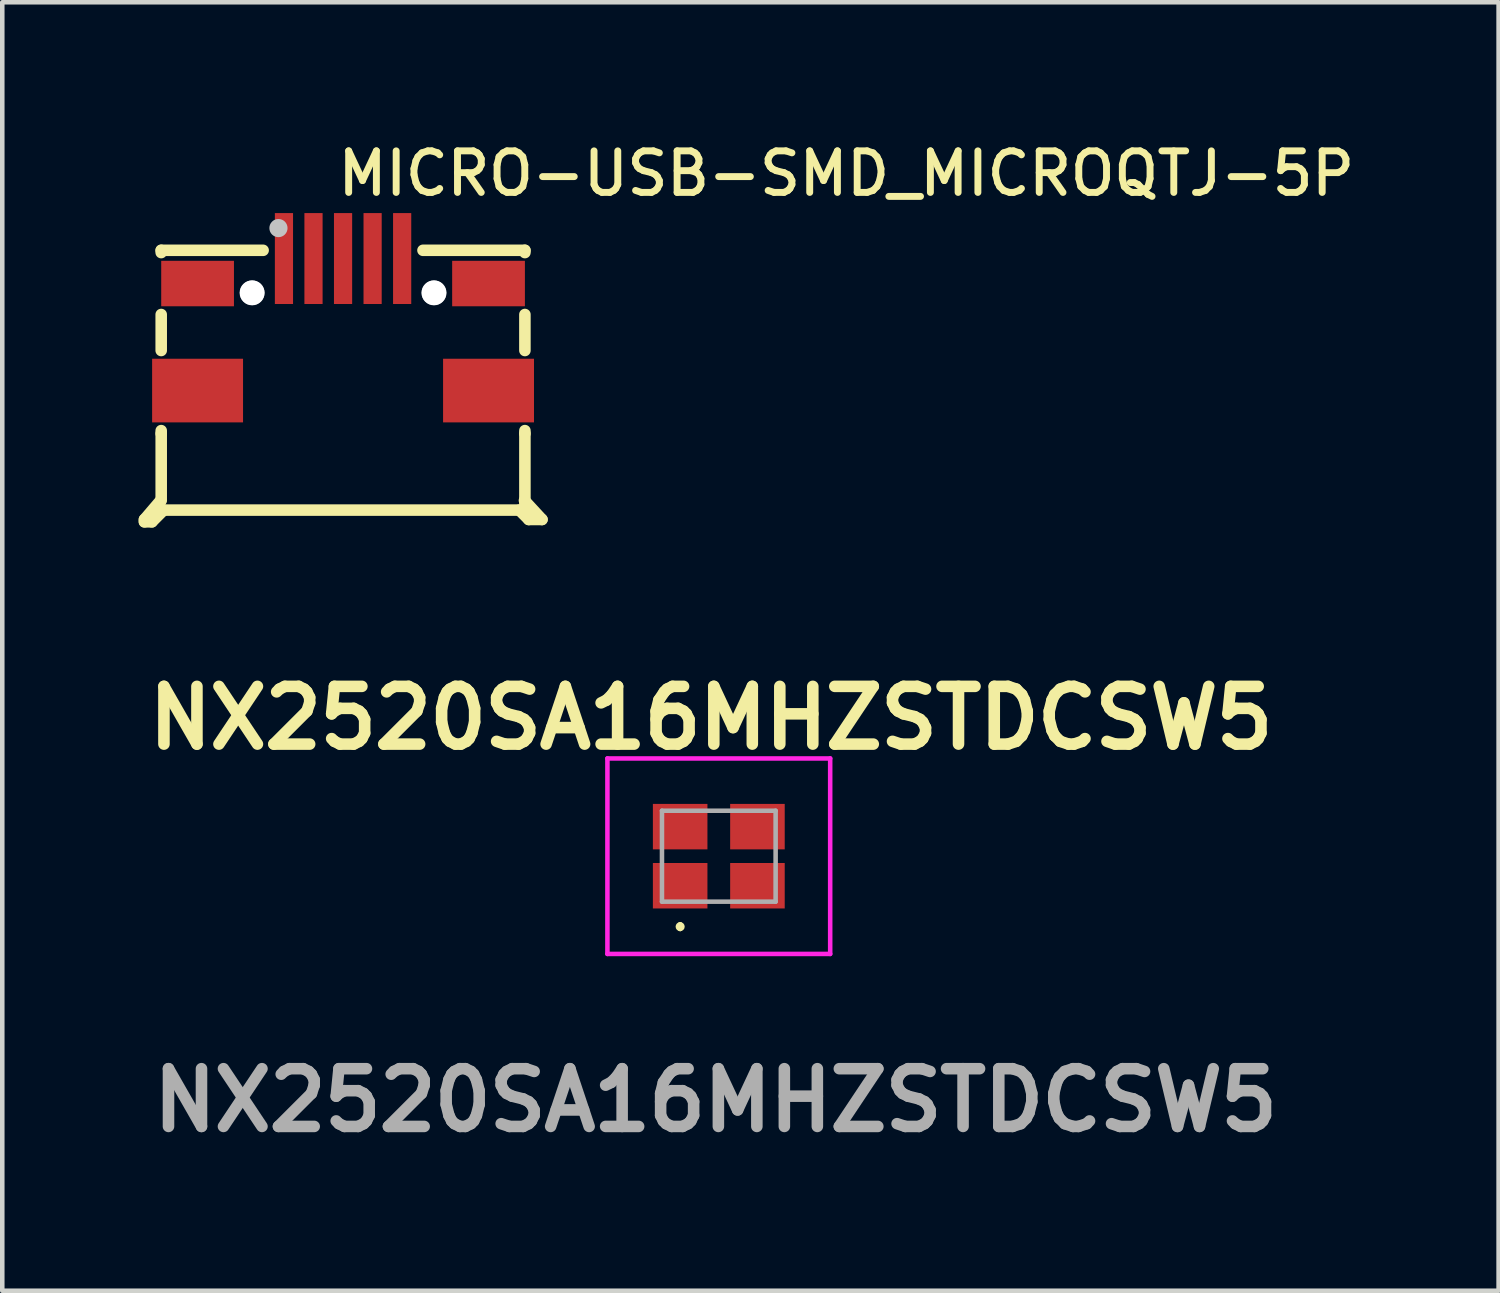
<source format=kicad_pcb>
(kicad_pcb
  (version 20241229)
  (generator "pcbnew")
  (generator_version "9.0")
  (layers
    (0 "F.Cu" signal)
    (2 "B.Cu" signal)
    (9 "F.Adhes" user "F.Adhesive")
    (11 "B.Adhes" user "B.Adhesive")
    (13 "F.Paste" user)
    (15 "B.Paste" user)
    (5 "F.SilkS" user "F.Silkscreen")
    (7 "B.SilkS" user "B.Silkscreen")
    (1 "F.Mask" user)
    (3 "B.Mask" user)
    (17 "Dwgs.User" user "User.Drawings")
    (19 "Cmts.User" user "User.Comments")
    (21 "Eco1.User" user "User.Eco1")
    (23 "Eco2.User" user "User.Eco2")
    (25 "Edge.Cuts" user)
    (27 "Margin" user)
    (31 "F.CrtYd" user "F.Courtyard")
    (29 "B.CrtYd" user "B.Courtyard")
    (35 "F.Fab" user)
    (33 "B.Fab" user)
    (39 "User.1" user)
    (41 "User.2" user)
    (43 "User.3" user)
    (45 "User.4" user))
  (footprint "NX2520SA16MHZSTDCSW5"
    (layer "F.Cu")
    (at 12.761 15.783)
    (property "Reference" "NX2520SA16MHZSTDCSW5" (at -0.17 -3.04 0) (layer "F.SilkS") (effects (font (size 1.27 1.27) (thickness 0.254))))
    (attr smd)
    (fp_line (start -0.85 1.5) (end -0.85 1.5) (stroke (width 0.1) (type solid)) (layer "F.SilkS"))
    (fp_line (start -0.85 1.6) (end -0.85 1.6) (stroke (width 0.1) (type solid)) (layer "F.SilkS"))
    (fp_arc (start -0.85 1.5) (mid -0.8 1.55) (end -0.85 1.6) (stroke (width 0.1) (type solid)) (layer "F.SilkS"))
    (fp_arc (start -0.85 1.6) (mid -0.9 1.55) (end -0.85 1.5) (stroke (width 0.1) (type solid)) (layer "F.SilkS"))
    (fp_line (start -2.45 -2.15) (end 2.45 -2.15) (stroke (width 0.1) (type solid)) (layer "F.CrtYd"))
    (fp_line (start -2.45 2.15) (end -2.45 -2.15) (stroke (width 0.1) (type solid)) (layer "F.CrtYd"))
    (fp_line (start 2.45 -2.15) (end 2.45 2.15) (stroke (width 0.1) (type solid)) (layer "F.CrtYd"))
    (fp_line (start 2.45 2.15) (end -2.45 2.15) (stroke (width 0.1) (type solid)) (layer "F.CrtYd"))
    (fp_line (start -1.25 -1) (end -1.25 1) (stroke (width 0.1) (type solid)) (layer "F.Fab"))
    (fp_line (start -1.25 1) (end 1.25 1) (stroke (width 0.1) (type solid)) (layer "F.Fab"))
    (fp_line (start 1.25 -1) (end -1.25 -1) (stroke (width 0.1) (type solid)) (layer "F.Fab"))
    (fp_line (start 1.25 1) (end 1.25 -1) (stroke (width 0.1) (type solid)) (layer "F.Fab"))
    (fp_text user "${REFERENCE}" (at -0.07 5.37 0) (layer "F.Fab") (effects (font (size 1.27 1.27) (thickness 0.254))))
    (pad "1" smd rect (at -0.85 0.65 90) (size 1 1.2) (layers "F.Cu" "F.Mask" "F.Paste"))
    (pad "2" smd rect (at 0.85 0.65 90) (size 1 1.2) (layers "F.Cu" "F.Mask" "F.Paste"))
    (pad "3" smd rect (at 0.85 -0.65 90) (size 1 1.2) (layers "F.Cu" "F.Mask" "F.Paste"))
    (pad "4" smd rect (at -0.85 -0.65 90) (size 1 1.2) (layers "F.Cu" "F.Mask" "F.Paste")))
  (footprint "MICRO-USB-SMD_MICROQTJ-5P"
    (layer "F.Cu")
    (at 4.496 4.089)
    (property "Reference" "MICRO-USB-SMD_MICROQTJ-5P" (at -0.194 -3.856 0) (layer "F.SilkS") (effects (font (size 0.914 0.914) (thickness 0.152)) (justify left top)))
    (fp_line (start -4.369 4.288) (end -4.011 3.869) (stroke (width 0.254) (type default)) (layer "F.SilkS"))
    (fp_line (start -4.369 4.339) (end -4.369 4.288) (stroke (width 0.254) (type default)) (layer "F.SilkS"))
    (fp_line (start -4.204 4.339) (end -4.369 4.339) (stroke (width 0.254) (type default)) (layer "F.SilkS"))
    (fp_line (start -4 -1.633) (end -1.758 -1.633) (stroke (width 0.254) (type default)) (layer "F.SilkS"))
    (fp_line (start -4 -1.583) (end -4 -1.633) (stroke (width 0.254) (type default)) (layer "F.SilkS"))
    (fp_line (start -4 0.571) (end -4 -0.221) (stroke (width 0.254) (type default)) (layer "F.SilkS"))
    (fp_line (start -4 2.398) (end -4 2.333) (stroke (width 0.254) (type default)) (layer "F.SilkS"))
    (fp_line (start -4 2.398) (end -4 3.869) (stroke (width 0.254) (type default)) (layer "F.SilkS"))
    (fp_line (start -3.946 4.081) (end -4.204 4.339) (stroke (width 0.254) (type default)) (layer "F.SilkS"))
    (fp_line (start 1.758 -1.633) (end 4 -1.633) (stroke (width 0.254) (type default)) (layer "F.SilkS"))
    (fp_line (start 3.878 4.081) (end -3.946 4.081) (stroke (width 0.254) (type default)) (layer "F.SilkS"))
    (fp_line (start 3.99 3.869) (end 4.376 4.288) (stroke (width 0.254) (type default)) (layer "F.SilkS"))
    (fp_line (start 4 -1.583) (end 4 -1.633) (stroke (width 0.254) (type default)) (layer "F.SilkS"))
    (fp_line (start 4 0.571) (end 4 -0.221) (stroke (width 0.254) (type default)) (layer "F.SilkS"))
    (fp_line (start 4 2.398) (end 4 2.333) (stroke (width 0.254) (type default)) (layer "F.SilkS"))
    (fp_line (start 4 2.398) (end 4 3.991) (stroke (width 0.254) (type default)) (layer "F.SilkS"))
    (fp_line (start 4.084 4.288) (end 3.878 4.081) (stroke (width 0.254) (type default)) (layer "F.SilkS"))
    (fp_line (start 4.376 4.288) (end 4.084 4.288) (stroke (width 0.254) (type default)) (layer "F.SilkS"))
    (fp_circle (center -2 -0.698) (end -1.865 -0.698) (stroke (width 0.27) (type default)) (fill no) (layer "Dwgs.User"))
    (fp_circle (center -1.421 -2.122) (end -1.321 -2.122) (stroke (width 0.2) (type default)) (fill no) (layer "Dwgs.User"))
    (fp_circle (center 2 -0.698) (end 2.135 -0.698) (stroke (width 0.27) (type default)) (fill no) (layer "Dwgs.User"))
    (fp_circle (center -3.75 -2.053) (end -3.72 -2.053) (stroke (width 0.06) (type default)) (fill no) (layer "User.5"))
    (pad "" np_thru_hole circle (at -2 -0.698) (size 0.55 0.55) (drill 0.55) (layers "*.Cu" "*.Mask"))
    (pad "" np_thru_hole circle (at 2 -0.698) (size 0.55 0.55) (drill 0.55) (layers "*.Cu" "*.Mask"))
    (pad "1" smd rect (at -1.3 -1.452 270) (size 2 0.4) (layers "F.Cu" "F.Mask" "F.Paste"))
    (pad "2" smd rect (at -0.65 -1.452 270) (size 2 0.4) (layers "F.Cu" "F.Mask" "F.Paste"))
    (pad "3" smd rect (at 0 -1.452 270) (size 2 0.4) (layers "F.Cu" "F.Mask" "F.Paste"))
    (pad "4" smd rect (at 0.65 -1.452 270) (size 2 0.4) (layers "F.Cu" "F.Mask" "F.Paste"))
    (pad "5" smd rect (at 1.3 -1.452 270) (size 2 0.4) (layers "F.Cu" "F.Mask" "F.Paste"))
    (pad "6" smd rect (at -3.2 -0.902) (size 1.6 1) (layers "F.Cu" "F.Mask" "F.Paste"))
    (pad "7" smd rect (at -3.2 1.452) (size 2 1.4) (layers "F.Cu" "F.Mask" "F.Paste"))
    (pad "8" smd rect (at 3.2 1.452) (size 2 1.4) (layers "F.Cu" "F.Mask" "F.Paste"))
    (pad "9" smd rect (at 3.2 -0.902) (size 1.6 1) (layers "F.Cu" "F.Mask" "F.Paste"))
    (zone (net_name "") (layer "User.3") (hatch edge 0.5) (priority 100) (connect_pads yes) (min_thickness 0) (filled_areas_thickness no) (fill yes) (polygon (pts (xy 8.246 8.232) (xy 0.746 8.232) (xy 0.746 2.432) (xy 8.246 2.432))) (filled_polygon (layer "User.3") (island) (pts (xy 8.246 8.232) (xy 0.746 8.232) (xy 0.746 2.432) (xy 8.246 2.432))))
    (zone (net_name "") (layer "User.4") (hatch edge 0.5) (priority 100) (connect_pads yes) (min_thickness 0) (filled_areas_thickness no) (fill yes) (polygon (pts (xy 0.746 2.837) (xy 2.046 2.837) (xy 2.046 3.537) (xy 0.746 3.537))) (filled_polygon (layer "User.4") (island) (pts (xy 0.746 2.837) (xy 2.046 2.837) (xy 2.046 3.537) (xy 0.746 3.537))))
    (zone (net_name "") (layer "User.4") (hatch edge 0.5) (priority 100) (connect_pads yes) (min_thickness 0) (filled_areas_thickness no) (fill yes) (polygon (pts (xy 0.746 4.991) (xy 2.296 4.991) (xy 2.296 6.091) (xy 0.746 6.091))) (filled_polygon (layer "User.4") (island) (pts (xy 0.746 4.991) (xy 2.296 4.991) (xy 2.296 6.091) (xy 0.746 6.091))))
    (zone (net_name "") (layer "User.4") (hatch edge 0.5) (priority 100) (connect_pads yes) (min_thickness 0) (filled_areas_thickness no) (fill yes) (polygon (pts (xy 3.07 3.137) (xy 3.07 2.037) (xy 3.32 2.037) (xy 3.32 3.137))) (filled_polygon (layer "User.4") (island) (pts (xy 3.07 3.137) (xy 3.07 2.037) (xy 3.32 2.037) (xy 3.32 3.137))))
    (zone (net_name "") (layer "User.4") (hatch edge 0.5) (priority 100) (connect_pads yes) (min_thickness 0) (filled_areas_thickness no) (fill yes) (polygon (pts (xy 3.721 3.137) (xy 3.721 2.037) (xy 3.971 2.037) (xy 3.971 3.137))) (filled_polygon (layer "User.4") (island) (pts (xy 3.721 3.137) (xy 3.721 2.037) (xy 3.971 2.037) (xy 3.971 3.137))))
    (zone (net_name "") (layer "User.4") (hatch edge 0.5) (priority 100) (connect_pads yes) (min_thickness 0) (filled_areas_thickness no) (fill yes) (polygon (pts (xy 4.371 3.137) (xy 4.371 2.037) (xy 4.621 2.037) (xy 4.621 3.137))) (filled_polygon (layer "User.4") (island) (pts (xy 4.371 3.137) (xy 4.371 2.037) (xy 4.621 2.037) (xy 4.621 3.137))))
    (zone (net_name "") (layer "User.4") (hatch edge 0.5) (priority 100) (connect_pads yes) (min_thickness 0) (filled_areas_thickness no) (fill yes) (polygon (pts (xy 5.021 3.137) (xy 5.021 2.037) (xy 5.271 2.037) (xy 5.271 3.137))) (filled_polygon (layer "User.4") (island) (pts (xy 5.021 3.137) (xy 5.021 2.037) (xy 5.271 2.037) (xy 5.271 3.137))))
    (zone (net_name "") (layer "User.4") (hatch edge 0.5) (priority 100) (connect_pads yes) (min_thickness 0) (filled_areas_thickness no) (fill yes) (polygon (pts (xy 5.671 3.137) (xy 5.671 2.037) (xy 5.921 2.037) (xy 5.921 3.137))) (filled_polygon (layer "User.4") (island) (pts (xy 5.671 3.137) (xy 5.671 2.037) (xy 5.921 2.037) (xy 5.921 3.137))))
    (zone (net_name "") (layer "User.4") (hatch edge 0.5) (priority 100) (connect_pads yes) (min_thickness 0) (filled_areas_thickness no) (fill yes) (polygon (pts (xy 6.696 4.991) (xy 8.246 4.991) (xy 8.246 6.091) (xy 6.696 6.091))) (filled_polygon (layer "User.4") (island) (pts (xy 6.696 4.991) (xy 8.246 4.991) (xy 8.246 6.091) (xy 6.696 6.091))))
    (zone (net_name "") (layer "User.4") (hatch edge 0.5) (priority 100) (connect_pads yes) (min_thickness 0) (filled_areas_thickness no) (fill yes) (polygon (pts (xy 6.946 2.837) (xy 8.246 2.837) (xy 8.246 3.537) (xy 6.946 3.537))) (filled_polygon (layer "User.4") (island) (pts (xy 6.946 2.837) (xy 8.246 2.837) (xy 8.246 3.537) (xy 6.946 3.537)))))
  (gr_rect
    (start -3 -3)
    (end 29.914 25.342)
    (stroke (width 0.1) (type default))
    (fill no)
    (layer "Edge.Cuts")))
</source>
